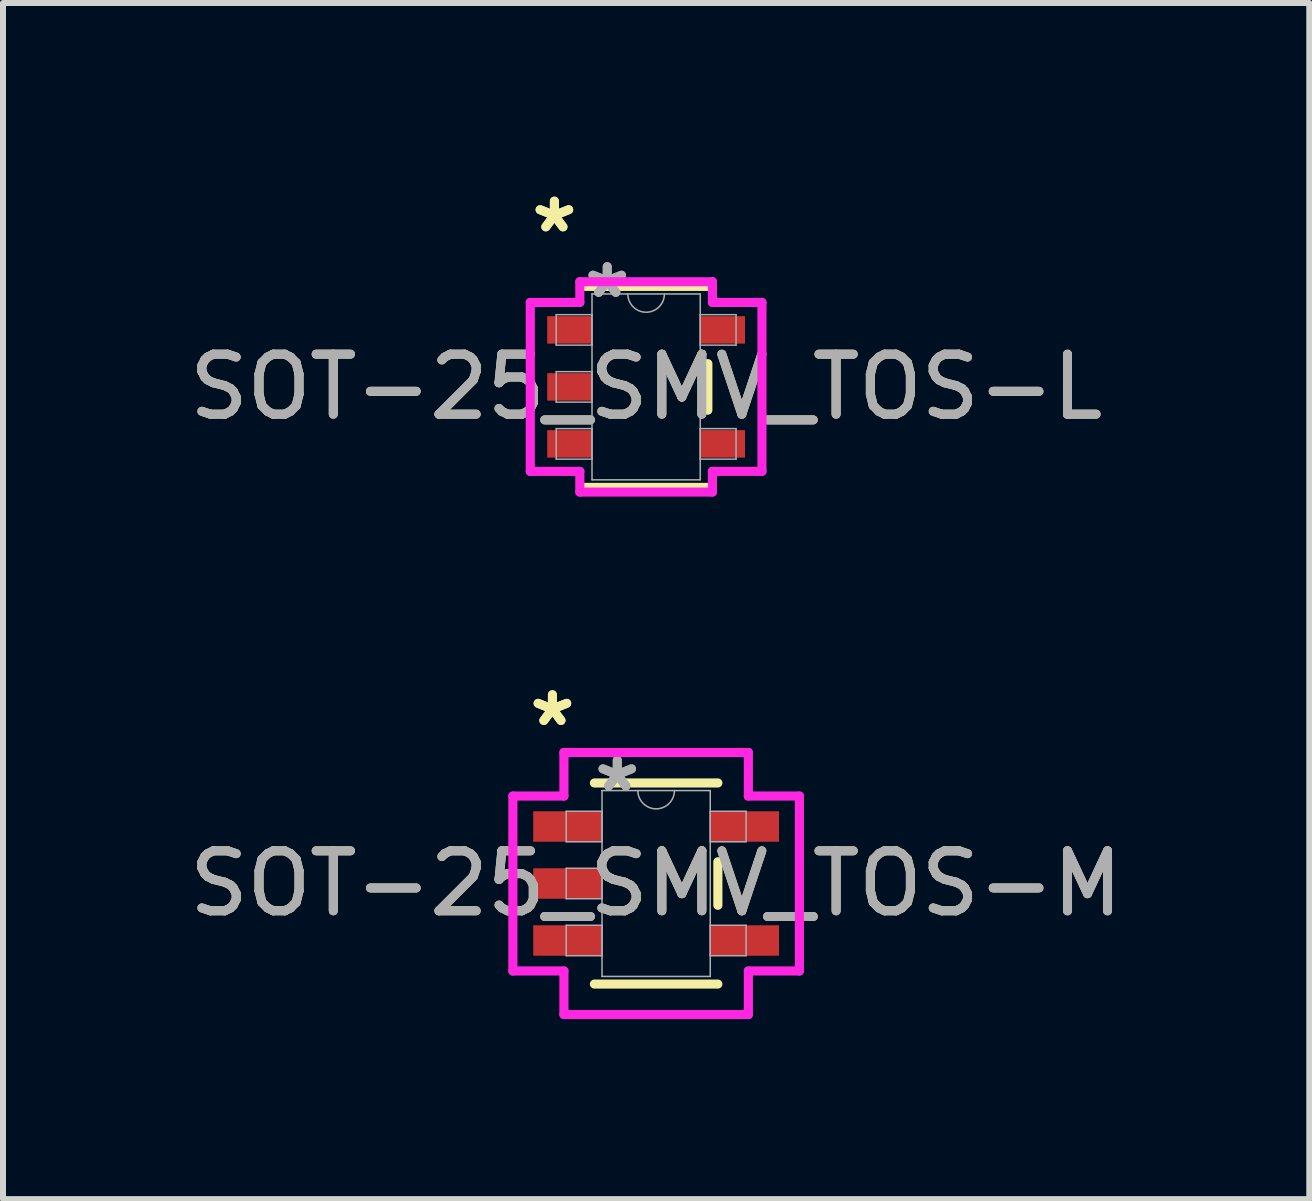
<source format=kicad_pcb>
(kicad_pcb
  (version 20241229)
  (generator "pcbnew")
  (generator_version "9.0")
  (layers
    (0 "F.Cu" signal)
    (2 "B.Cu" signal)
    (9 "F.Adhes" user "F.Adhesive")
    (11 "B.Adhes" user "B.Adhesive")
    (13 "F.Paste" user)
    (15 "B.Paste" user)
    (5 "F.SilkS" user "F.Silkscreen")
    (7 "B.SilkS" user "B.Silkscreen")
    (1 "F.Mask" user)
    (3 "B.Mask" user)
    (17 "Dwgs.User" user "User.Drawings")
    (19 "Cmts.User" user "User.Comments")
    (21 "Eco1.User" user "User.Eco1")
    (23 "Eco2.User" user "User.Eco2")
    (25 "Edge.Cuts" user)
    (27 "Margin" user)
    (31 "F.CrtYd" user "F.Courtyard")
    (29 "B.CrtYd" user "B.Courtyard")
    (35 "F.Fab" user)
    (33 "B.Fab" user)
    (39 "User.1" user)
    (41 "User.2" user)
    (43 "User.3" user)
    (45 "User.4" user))
  (footprint "SOT-25_SMV_TOS-M"
    (layer "F.Cu")
    (at 7.887 11.677)
    (property "Reference" "SOT-25_SMV_TOS-M" (at 0 0 0) (unlocked yes) (layer "F.SilkS") (effects (font (size 1 1) (thickness 0.15))))
    (attr smd)
    (fp_line (start -1.029 1.676) (end 1.029 1.676) (stroke (width 0.152) (type solid)) (layer "F.SilkS"))
    (fp_line (start 1.029 -1.676) (end -1.029 -1.676) (stroke (width 0.152) (type solid)) (layer "F.SilkS"))
    (fp_line (start 1.029 0.363) (end 1.029 -0.363) (stroke (width 0.152) (type solid)) (layer "F.SilkS"))
    (fp_line (start -2.388 -1.458) (end -1.537 -1.458) (stroke (width 0.152) (type solid)) (layer "F.CrtYd"))
    (fp_line (start -2.388 1.458) (end -2.388 -1.458) (stroke (width 0.152) (type solid)) (layer "F.CrtYd"))
    (fp_line (start -1.537 -2.184) (end 1.537 -2.184) (stroke (width 0.152) (type solid)) (layer "F.CrtYd"))
    (fp_line (start -1.537 -1.458) (end -1.537 -2.184) (stroke (width 0.152) (type solid)) (layer "F.CrtYd"))
    (fp_line (start -1.537 1.458) (end -2.388 1.458) (stroke (width 0.152) (type solid)) (layer "F.CrtYd"))
    (fp_line (start -1.537 2.184) (end -1.537 1.458) (stroke (width 0.152) (type solid)) (layer "F.CrtYd"))
    (fp_line (start 1.537 -2.184) (end 1.537 -1.458) (stroke (width 0.152) (type solid)) (layer "F.CrtYd"))
    (fp_line (start 1.537 -1.458) (end 2.388 -1.458) (stroke (width 0.152) (type solid)) (layer "F.CrtYd"))
    (fp_line (start 1.537 1.458) (end 1.537 2.184) (stroke (width 0.152) (type solid)) (layer "F.CrtYd"))
    (fp_line (start 1.537 2.184) (end -1.537 2.184) (stroke (width 0.152) (type solid)) (layer "F.CrtYd"))
    (fp_line (start 2.388 -1.458) (end 2.388 1.458) (stroke (width 0.152) (type solid)) (layer "F.CrtYd"))
    (fp_line (start 2.388 1.458) (end 1.537 1.458) (stroke (width 0.152) (type solid)) (layer "F.CrtYd"))
    (fp_line (start -1.499 -1.204) (end -1.499 -0.696) (stroke (width 0.025) (type solid)) (layer "F.Fab"))
    (fp_line (start -1.499 -0.696) (end -0.902 -0.696) (stroke (width 0.025) (type solid)) (layer "F.Fab"))
    (fp_line (start -1.499 -0.254) (end -1.499 0.254) (stroke (width 0.025) (type solid)) (layer "F.Fab"))
    (fp_line (start -1.499 0.254) (end -0.902 0.254) (stroke (width 0.025) (type solid)) (layer "F.Fab"))
    (fp_line (start -1.499 0.696) (end -1.499 1.204) (stroke (width 0.025) (type solid)) (layer "F.Fab"))
    (fp_line (start -1.499 1.204) (end -0.902 1.204) (stroke (width 0.025) (type solid)) (layer "F.Fab"))
    (fp_line (start -0.902 -1.549) (end -0.902 1.549) (stroke (width 0.025) (type solid)) (layer "F.Fab"))
    (fp_line (start -0.902 -1.204) (end -1.499 -1.204) (stroke (width 0.025) (type solid)) (layer "F.Fab"))
    (fp_line (start -0.902 -0.696) (end -0.902 -1.204) (stroke (width 0.025) (type solid)) (layer "F.Fab"))
    (fp_line (start -0.902 -0.254) (end -1.499 -0.254) (stroke (width 0.025) (type solid)) (layer "F.Fab"))
    (fp_line (start -0.902 0.254) (end -0.902 -0.254) (stroke (width 0.025) (type solid)) (layer "F.Fab"))
    (fp_line (start -0.902 0.696) (end -1.499 0.696) (stroke (width 0.025) (type solid)) (layer "F.Fab"))
    (fp_line (start -0.902 1.204) (end -0.902 0.696) (stroke (width 0.025) (type solid)) (layer "F.Fab"))
    (fp_line (start -0.902 1.549) (end 0.902 1.549) (stroke (width 0.025) (type solid)) (layer "F.Fab"))
    (fp_line (start 0.902 -1.549) (end -0.902 -1.549) (stroke (width 0.025) (type solid)) (layer "F.Fab"))
    (fp_line (start 0.902 -1.204) (end 0.902 -0.696) (stroke (width 0.025) (type solid)) (layer "F.Fab"))
    (fp_line (start 0.902 -0.696) (end 1.499 -0.696) (stroke (width 0.025) (type solid)) (layer "F.Fab"))
    (fp_line (start 0.902 0.696) (end 0.902 1.204) (stroke (width 0.025) (type solid)) (layer "F.Fab"))
    (fp_line (start 0.902 1.204) (end 1.499 1.204) (stroke (width 0.025) (type solid)) (layer "F.Fab"))
    (fp_line (start 0.902 1.549) (end 0.902 -1.549) (stroke (width 0.025) (type solid)) (layer "F.Fab"))
    (fp_line (start 1.499 -1.204) (end 0.902 -1.204) (stroke (width 0.025) (type solid)) (layer "F.Fab"))
    (fp_line (start 1.499 -0.696) (end 1.499 -1.204) (stroke (width 0.025) (type solid)) (layer "F.Fab"))
    (fp_line (start 1.499 0.696) (end 0.902 0.696) (stroke (width 0.025) (type solid)) (layer "F.Fab"))
    (fp_line (start 1.499 1.204) (end 1.499 0.696) (stroke (width 0.025) (type solid)) (layer "F.Fab"))
    (fp_arc (start 0.3048 -1.5494) (mid 0 -1.2446) (end -0.3048 -1.5494) (stroke (width 0.0254) (type solid)) (layer "F.Fab"))
    (fp_text user "*" (at -1.729 -2.601 0) (layer "F.SilkS") (effects (font (size 1 1) (thickness 0.15))))
    (fp_text user "*" (at -1.729 -2.601 0) (unlocked yes) (layer "F.SilkS") (effects (font (size 1 1) (thickness 0.15))))
    (fp_text user "*" (at -0.648 -1.509 0) (unlocked yes) (layer "F.Fab") (effects (font (size 1 1) (thickness 0.15))))
    (fp_text user "${REFERENCE}" (at 0 0 0) (unlocked yes) (layer "F.Fab") (effects (font (size 1 1) (thickness 0.15))))
    (fp_text user "*" (at -0.648 -1.509 0) (layer "F.Fab") (effects (font (size 1 1) (thickness 0.15))))
    (pad "1" smd rect (at -1.475 -0.95) (size 1.147 0.508) (layers "F.Cu" "F.Mask" "F.Paste"))
    (pad "2" smd rect (at -1.475 0) (size 1.147 0.508) (layers "F.Cu" "F.Mask" "F.Paste"))
    (pad "3" smd rect (at -1.475 0.95) (size 1.147 0.508) (layers "F.Cu" "F.Mask" "F.Paste"))
    (pad "4" smd rect (at 1.475 0.95) (size 1.147 0.508) (layers "F.Cu" "F.Mask" "F.Paste"))
    (pad "5" smd rect (at 1.475 -0.95) (size 1.147 0.508) (layers "F.Cu" "F.Mask" "F.Paste")))
  (footprint "SOT-25_SMV_TOS-L"
    (layer "F.Cu")
    (at 7.72 3.399)
    (property "Reference" "SOT-25_SMV_TOS-L" (at 0 0 0) (unlocked yes) (layer "F.SilkS") (effects (font (size 1 1) (thickness 0.15))))
    (attr smd)
    (fp_line (start -1.029 1.676) (end 1.029 1.676) (stroke (width 0.152) (type solid)) (layer "F.SilkS"))
    (fp_line (start 1.029 -1.676) (end -1.029 -1.676) (stroke (width 0.152) (type solid)) (layer "F.SilkS"))
    (fp_line (start 1.029 0.388) (end 1.029 -0.388) (stroke (width 0.152) (type solid)) (layer "F.SilkS"))
    (fp_line (start -1.931 -1.408) (end -1.105 -1.408) (stroke (width 0.152) (type solid)) (layer "F.CrtYd"))
    (fp_line (start -1.931 1.408) (end -1.931 -1.408) (stroke (width 0.152) (type solid)) (layer "F.CrtYd"))
    (fp_line (start -1.105 -1.753) (end 1.105 -1.753) (stroke (width 0.152) (type solid)) (layer "F.CrtYd"))
    (fp_line (start -1.105 -1.408) (end -1.105 -1.753) (stroke (width 0.152) (type solid)) (layer "F.CrtYd"))
    (fp_line (start -1.105 1.408) (end -1.931 1.408) (stroke (width 0.152) (type solid)) (layer "F.CrtYd"))
    (fp_line (start -1.105 1.753) (end -1.105 1.408) (stroke (width 0.152) (type solid)) (layer "F.CrtYd"))
    (fp_line (start 1.105 -1.753) (end 1.105 -1.408) (stroke (width 0.152) (type solid)) (layer "F.CrtYd"))
    (fp_line (start 1.105 -1.408) (end 1.931 -1.408) (stroke (width 0.152) (type solid)) (layer "F.CrtYd"))
    (fp_line (start 1.105 1.408) (end 1.105 1.753) (stroke (width 0.152) (type solid)) (layer "F.CrtYd"))
    (fp_line (start 1.105 1.753) (end -1.105 1.753) (stroke (width 0.152) (type solid)) (layer "F.CrtYd"))
    (fp_line (start 1.931 -1.408) (end 1.931 1.408) (stroke (width 0.152) (type solid)) (layer "F.CrtYd"))
    (fp_line (start 1.931 1.408) (end 1.105 1.408) (stroke (width 0.152) (type solid)) (layer "F.CrtYd"))
    (fp_line (start -1.499 -1.204) (end -1.499 -0.696) (stroke (width 0.025) (type solid)) (layer "F.Fab"))
    (fp_line (start -1.499 -0.696) (end -0.902 -0.696) (stroke (width 0.025) (type solid)) (layer "F.Fab"))
    (fp_line (start -1.499 -0.254) (end -1.499 0.254) (stroke (width 0.025) (type solid)) (layer "F.Fab"))
    (fp_line (start -1.499 0.254) (end -0.902 0.254) (stroke (width 0.025) (type solid)) (layer "F.Fab"))
    (fp_line (start -1.499 0.696) (end -1.499 1.204) (stroke (width 0.025) (type solid)) (layer "F.Fab"))
    (fp_line (start -1.499 1.204) (end -0.902 1.204) (stroke (width 0.025) (type solid)) (layer "F.Fab"))
    (fp_line (start -0.902 -1.549) (end -0.902 1.549) (stroke (width 0.025) (type solid)) (layer "F.Fab"))
    (fp_line (start -0.902 -1.204) (end -1.499 -1.204) (stroke (width 0.025) (type solid)) (layer "F.Fab"))
    (fp_line (start -0.902 -0.696) (end -0.902 -1.204) (stroke (width 0.025) (type solid)) (layer "F.Fab"))
    (fp_line (start -0.902 -0.254) (end -1.499 -0.254) (stroke (width 0.025) (type solid)) (layer "F.Fab"))
    (fp_line (start -0.902 0.254) (end -0.902 -0.254) (stroke (width 0.025) (type solid)) (layer "F.Fab"))
    (fp_line (start -0.902 0.696) (end -1.499 0.696) (stroke (width 0.025) (type solid)) (layer "F.Fab"))
    (fp_line (start -0.902 1.204) (end -0.902 0.696) (stroke (width 0.025) (type solid)) (layer "F.Fab"))
    (fp_line (start -0.902 1.549) (end 0.902 1.549) (stroke (width 0.025) (type solid)) (layer "F.Fab"))
    (fp_line (start 0.902 -1.549) (end -0.902 -1.549) (stroke (width 0.025) (type solid)) (layer "F.Fab"))
    (fp_line (start 0.902 -1.204) (end 0.902 -0.696) (stroke (width 0.025) (type solid)) (layer "F.Fab"))
    (fp_line (start 0.902 -0.696) (end 1.499 -0.696) (stroke (width 0.025) (type solid)) (layer "F.Fab"))
    (fp_line (start 0.902 0.696) (end 0.902 1.204) (stroke (width 0.025) (type solid)) (layer "F.Fab"))
    (fp_line (start 0.902 1.204) (end 1.499 1.204) (stroke (width 0.025) (type solid)) (layer "F.Fab"))
    (fp_line (start 0.902 1.549) (end 0.902 -1.549) (stroke (width 0.025) (type solid)) (layer "F.Fab"))
    (fp_line (start 1.499 -1.204) (end 0.902 -1.204) (stroke (width 0.025) (type solid)) (layer "F.Fab"))
    (fp_line (start 1.499 -0.696) (end 1.499 -1.204) (stroke (width 0.025) (type solid)) (layer "F.Fab"))
    (fp_line (start 1.499 0.696) (end 0.902 0.696) (stroke (width 0.025) (type solid)) (layer "F.Fab"))
    (fp_line (start 1.499 1.204) (end 1.499 0.696) (stroke (width 0.025) (type solid)) (layer "F.Fab"))
    (fp_arc (start 0.3048 -1.5494) (mid 0 -1.2446) (end -0.3048 -1.5494) (stroke (width 0.0254) (type solid)) (layer "F.Fab"))
    (fp_text user "*" (at -1.529 -2.551 0) (unlocked yes) (layer "F.SilkS") (effects (font (size 1 1) (thickness 0.15))))
    (fp_text user "*" (at -1.529 -2.551 0) (layer "F.SilkS") (effects (font (size 1 1) (thickness 0.15))))
    (fp_text user "*" (at -0.648 -1.459 0) (layer "F.Fab") (effects (font (size 1 1) (thickness 0.15))))
    (fp_text user "${REFERENCE}" (at 0 0 0) (unlocked yes) (layer "F.Fab") (effects (font (size 1 1) (thickness 0.15))))
    (fp_text user "*" (at -0.648 -1.459 0) (unlocked yes) (layer "F.Fab") (effects (font (size 1 1) (thickness 0.15))))
    (pad "1" smd rect (at -1.275 -0.95) (size 0.747 0.458) (layers "F.Cu" "F.Mask" "F.Paste"))
    (pad "2" smd rect (at -1.275 0) (size 0.747 0.458) (layers "F.Cu" "F.Mask" "F.Paste"))
    (pad "3" smd rect (at -1.275 0.95) (size 0.747 0.458) (layers "F.Cu" "F.Mask" "F.Paste"))
    (pad "4" smd rect (at 1.275 0.95) (size 0.747 0.458) (layers "F.Cu" "F.Mask" "F.Paste"))
    (pad "5" smd rect (at 1.275 -0.95) (size 0.747 0.458) (layers "F.Cu" "F.Mask" "F.Paste")))
  (gr_rect
    (start -3 -3)
    (end 18.774 16.938)
    (stroke (width 0.1) (type default))
    (fill no)
    (layer "Edge.Cuts")))
</source>
